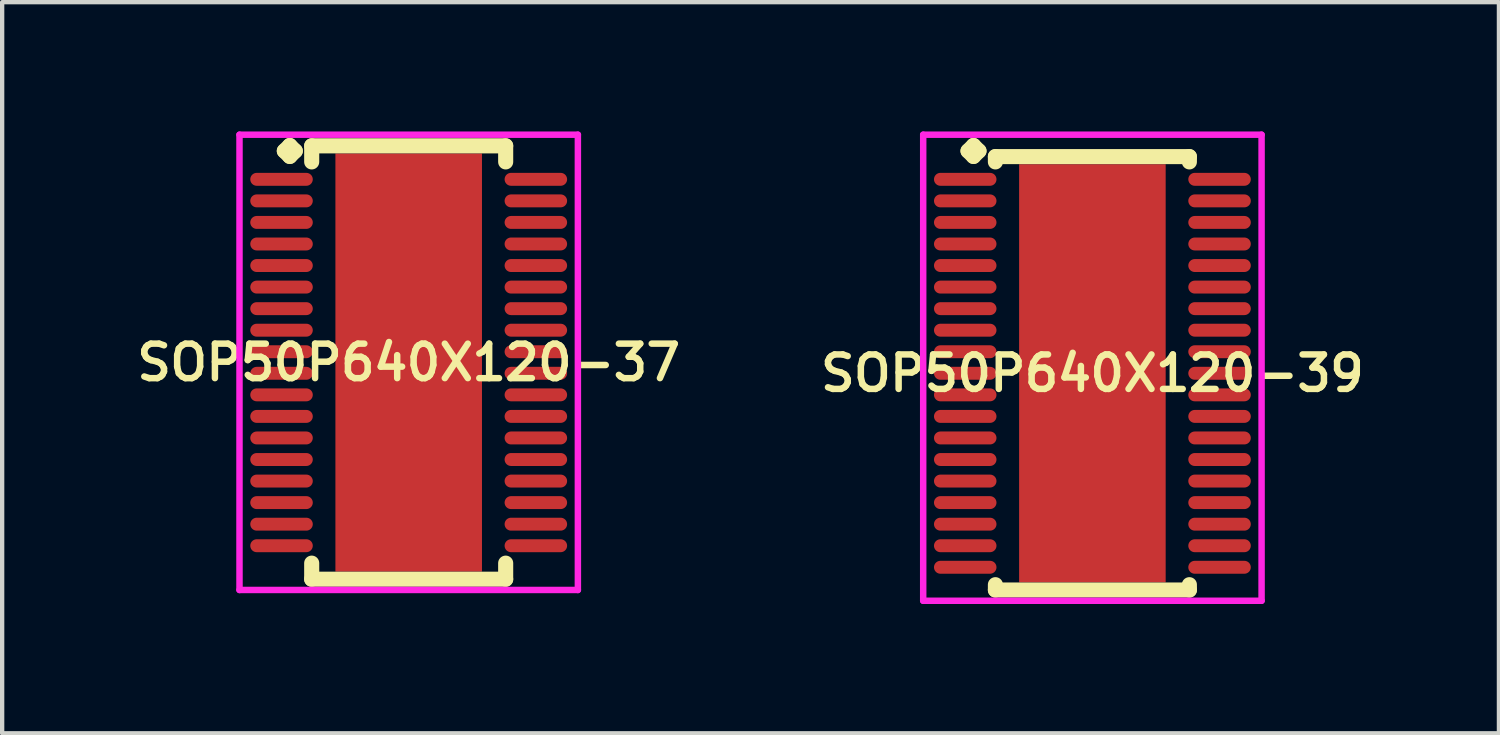
<source format=kicad_pcb>
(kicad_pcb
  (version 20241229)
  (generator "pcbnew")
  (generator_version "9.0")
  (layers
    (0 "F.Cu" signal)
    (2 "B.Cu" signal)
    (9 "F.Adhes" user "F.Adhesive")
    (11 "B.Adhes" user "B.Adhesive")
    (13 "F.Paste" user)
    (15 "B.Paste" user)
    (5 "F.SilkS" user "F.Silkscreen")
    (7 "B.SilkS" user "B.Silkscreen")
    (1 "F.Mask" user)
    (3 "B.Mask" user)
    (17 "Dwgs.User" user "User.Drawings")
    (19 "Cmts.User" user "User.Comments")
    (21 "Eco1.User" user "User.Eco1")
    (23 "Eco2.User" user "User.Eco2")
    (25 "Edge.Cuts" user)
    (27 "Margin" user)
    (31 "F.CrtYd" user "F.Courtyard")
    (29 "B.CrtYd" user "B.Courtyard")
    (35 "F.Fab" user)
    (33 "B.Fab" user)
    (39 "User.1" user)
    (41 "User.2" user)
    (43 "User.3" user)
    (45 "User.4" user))
  (footprint "SOP50P640X120-39"
    (layer "F.Cu")
    (at 22.292 5.61)
    (property "Reference" "SOP50P640X120-39" (at 0 0 0) (layer "F.SilkS") (effects (font (size 0.8 0.8) (thickness 0.15))))
    (attr smd)
    (fp_line (start -2.885 -5.158) (end -2.758 -5.285) (stroke (width 0.35) (type solid)) (layer "F.SilkS"))
    (fp_line (start -2.758 -5.285) (end -2.631 -5.158) (stroke (width 0.35) (type solid)) (layer "F.SilkS"))
    (fp_line (start -2.758 -5.031) (end -2.885 -5.158) (stroke (width 0.35) (type solid)) (layer "F.SilkS"))
    (fp_line (start -2.631 -5.158) (end -2.758 -5.031) (stroke (width 0.35) (type solid)) (layer "F.SilkS"))
    (fp_line (start -2.25 -5.027) (end 2.25 -5.027) (stroke (width 0.35) (type solid)) (layer "F.SilkS"))
    (fp_line (start -2.25 -4.904) (end -2.25 -5.027) (stroke (width 0.35) (type solid)) (layer "F.SilkS"))
    (fp_line (start -2.25 4.904) (end -2.25 5.027) (stroke (width 0.35) (type solid)) (layer "F.SilkS"))
    (fp_line (start -2.25 5.027) (end 2.25 5.027) (stroke (width 0.35) (type solid)) (layer "F.SilkS"))
    (fp_line (start 2.25 -5.027) (end 2.25 -4.904) (stroke (width 0.35) (type solid)) (layer "F.SilkS"))
    (fp_line (start 2.25 5.027) (end 2.25 4.904) (stroke (width 0.35) (type solid)) (layer "F.SilkS"))
    (fp_line (start -3.925 -5.535) (end 3.925 -5.535) (stroke (width 0.15) (type solid)) (layer "F.CrtYd"))
    (fp_line (start -3.925 5.277) (end -3.925 -5.535) (stroke (width 0.15) (type solid)) (layer "F.CrtYd"))
    (fp_line (start 3.925 -5.535) (end 3.925 5.277) (stroke (width 0.15) (type solid)) (layer "F.CrtYd"))
    (fp_line (start 3.925 5.277) (end -3.925 5.277) (stroke (width 0.15) (type solid)) (layer "F.CrtYd"))
    (pad "1" smd oval (at -2.95 -4.5) (size 1.45 0.3) (layers "F.Cu" "F.Mask" "F.Paste"))
    (pad "2" smd oval (at -2.95 -4) (size 1.45 0.3) (layers "F.Cu" "F.Mask" "F.Paste"))
    (pad "3" smd oval (at -2.95 -3.5) (size 1.45 0.3) (layers "F.Cu" "F.Mask" "F.Paste"))
    (pad "4" smd oval (at -2.95 -3) (size 1.45 0.3) (layers "F.Cu" "F.Mask" "F.Paste"))
    (pad "5" smd oval (at -2.95 -2.5) (size 1.45 0.3) (layers "F.Cu" "F.Mask" "F.Paste"))
    (pad "6" smd oval (at -2.95 -2) (size 1.45 0.3) (layers "F.Cu" "F.Mask" "F.Paste"))
    (pad "7" smd oval (at -2.95 -1.5) (size 1.45 0.3) (layers "F.Cu" "F.Mask" "F.Paste"))
    (pad "8" smd oval (at -2.95 -1) (size 1.45 0.3) (layers "F.Cu" "F.Mask" "F.Paste"))
    (pad "9" smd oval (at -2.95 -0.5) (size 1.45 0.3) (layers "F.Cu" "F.Mask" "F.Paste"))
    (pad "10" smd oval (at -2.95 0) (size 1.45 0.3) (layers "F.Cu" "F.Mask" "F.Paste"))
    (pad "11" smd oval (at -2.95 0.5) (size 1.45 0.3) (layers "F.Cu" "F.Mask" "F.Paste"))
    (pad "12" smd oval (at -2.95 1) (size 1.45 0.3) (layers "F.Cu" "F.Mask" "F.Paste"))
    (pad "13" smd oval (at -2.95 1.5) (size 1.45 0.3) (layers "F.Cu" "F.Mask" "F.Paste"))
    (pad "14" smd oval (at -2.95 2) (size 1.45 0.3) (layers "F.Cu" "F.Mask" "F.Paste"))
    (pad "15" smd oval (at -2.95 2.5) (size 1.45 0.3) (layers "F.Cu" "F.Mask" "F.Paste"))
    (pad "16" smd oval (at -2.95 3) (size 1.45 0.3) (layers "F.Cu" "F.Mask" "F.Paste"))
    (pad "17" smd oval (at -2.95 3.5) (size 1.45 0.3) (layers "F.Cu" "F.Mask" "F.Paste"))
    (pad "18" smd oval (at -2.95 4) (size 1.45 0.3) (layers "F.Cu" "F.Mask" "F.Paste"))
    (pad "19" smd oval (at -2.95 4.5) (size 1.45 0.3) (layers "F.Cu" "F.Mask" "F.Paste"))
    (pad "20" smd oval (at 2.95 4.5) (size 1.45 0.3) (layers "F.Cu" "F.Mask" "F.Paste"))
    (pad "21" smd oval (at 2.95 4) (size 1.45 0.3) (layers "F.Cu" "F.Mask" "F.Paste"))
    (pad "22" smd oval (at 2.95 3.5) (size 1.45 0.3) (layers "F.Cu" "F.Mask" "F.Paste"))
    (pad "23" smd oval (at 2.95 3) (size 1.45 0.3) (layers "F.Cu" "F.Mask" "F.Paste"))
    (pad "24" smd oval (at 2.95 2.5) (size 1.45 0.3) (layers "F.Cu" "F.Mask" "F.Paste"))
    (pad "25" smd oval (at 2.95 2) (size 1.45 0.3) (layers "F.Cu" "F.Mask" "F.Paste"))
    (pad "26" smd oval (at 2.95 1.5) (size 1.45 0.3) (layers "F.Cu" "F.Mask" "F.Paste"))
    (pad "27" smd oval (at 2.95 1) (size 1.45 0.3) (layers "F.Cu" "F.Mask" "F.Paste"))
    (pad "28" smd oval (at 2.95 0.5) (size 1.45 0.3) (layers "F.Cu" "F.Mask" "F.Paste"))
    (pad "29" smd oval (at 2.95 0) (size 1.45 0.3) (layers "F.Cu" "F.Mask" "F.Paste"))
    (pad "30" smd oval (at 2.95 -0.5) (size 1.45 0.3) (layers "F.Cu" "F.Mask" "F.Paste"))
    (pad "31" smd oval (at 2.95 -1) (size 1.45 0.3) (layers "F.Cu" "F.Mask" "F.Paste"))
    (pad "32" smd oval (at 2.95 -1.5) (size 1.45 0.3) (layers "F.Cu" "F.Mask" "F.Paste"))
    (pad "33" smd oval (at 2.95 -2) (size 1.45 0.3) (layers "F.Cu" "F.Mask" "F.Paste"))
    (pad "34" smd oval (at 2.95 -2.5) (size 1.45 0.3) (layers "F.Cu" "F.Mask" "F.Paste"))
    (pad "35" smd oval (at 2.95 -3) (size 1.45 0.3) (layers "F.Cu" "F.Mask" "F.Paste"))
    (pad "36" smd oval (at 2.95 -3.5) (size 1.45 0.3) (layers "F.Cu" "F.Mask" "F.Paste"))
    (pad "37" smd oval (at 2.95 -4) (size 1.45 0.3) (layers "F.Cu" "F.Mask" "F.Paste"))
    (pad "38" smd oval (at 2.95 -4.5) (size 1.45 0.3) (layers "F.Cu" "F.Mask" "F.Paste"))
    (pad "39" smd rect (at 0 0) (size 3.4 9.7) (layers "F.Cu" "F.Mask" "F.Paste")))
  (footprint "SOP50P640X120-37"
    (layer "F.Cu")
    (at 6.431 5.36)
    (property "Reference" "SOP50P640X120-37" (at 0 0 0) (layer "F.SilkS") (effects (font (size 0.8 0.8) (thickness 0.15))))
    (attr smd)
    (fp_line (start -2.885 -4.908) (end -2.758 -5.035) (stroke (width 0.35) (type solid)) (layer "F.SilkS"))
    (fp_line (start -2.758 -5.035) (end -2.631 -4.908) (stroke (width 0.35) (type solid)) (layer "F.SilkS"))
    (fp_line (start -2.758 -4.781) (end -2.885 -4.908) (stroke (width 0.35) (type solid)) (layer "F.SilkS"))
    (fp_line (start -2.631 -4.908) (end -2.758 -4.781) (stroke (width 0.35) (type solid)) (layer "F.SilkS"))
    (fp_line (start -2.25 -5.027) (end 2.25 -5.027) (stroke (width 0.35) (type solid)) (layer "F.SilkS"))
    (fp_line (start -2.25 -4.654) (end -2.25 -5.027) (stroke (width 0.35) (type solid)) (layer "F.SilkS"))
    (fp_line (start -2.25 4.654) (end -2.25 5.027) (stroke (width 0.35) (type solid)) (layer "F.SilkS"))
    (fp_line (start -2.25 5.027) (end 2.25 5.027) (stroke (width 0.35) (type solid)) (layer "F.SilkS"))
    (fp_line (start 2.25 -5.027) (end 2.25 -4.654) (stroke (width 0.35) (type solid)) (layer "F.SilkS"))
    (fp_line (start 2.25 5.027) (end 2.25 4.654) (stroke (width 0.35) (type solid)) (layer "F.SilkS"))
    (fp_line (start -3.925 -5.285) (end 3.925 -5.285) (stroke (width 0.15) (type solid)) (layer "F.CrtYd"))
    (fp_line (start -3.925 5.277) (end -3.925 -5.285) (stroke (width 0.15) (type solid)) (layer "F.CrtYd"))
    (fp_line (start 3.925 -5.285) (end 3.925 5.277) (stroke (width 0.15) (type solid)) (layer "F.CrtYd"))
    (fp_line (start 3.925 5.277) (end -3.925 5.277) (stroke (width 0.15) (type solid)) (layer "F.CrtYd"))
    (pad "1" smd oval (at -2.95 -4.25) (size 1.45 0.3) (layers "F.Cu" "F.Mask" "F.Paste"))
    (pad "2" smd oval (at -2.95 -3.75) (size 1.45 0.3) (layers "F.Cu" "F.Mask" "F.Paste"))
    (pad "3" smd oval (at -2.95 -3.25) (size 1.45 0.3) (layers "F.Cu" "F.Mask" "F.Paste"))
    (pad "4" smd oval (at -2.95 -2.75) (size 1.45 0.3) (layers "F.Cu" "F.Mask" "F.Paste"))
    (pad "5" smd oval (at -2.95 -2.25) (size 1.45 0.3) (layers "F.Cu" "F.Mask" "F.Paste"))
    (pad "6" smd oval (at -2.95 -1.75) (size 1.45 0.3) (layers "F.Cu" "F.Mask" "F.Paste"))
    (pad "7" smd oval (at -2.95 -1.25) (size 1.45 0.3) (layers "F.Cu" "F.Mask" "F.Paste"))
    (pad "8" smd oval (at -2.95 -0.75) (size 1.45 0.3) (layers "F.Cu" "F.Mask" "F.Paste"))
    (pad "9" smd oval (at -2.95 -0.25) (size 1.45 0.3) (layers "F.Cu" "F.Mask" "F.Paste"))
    (pad "10" smd oval (at -2.95 0.25) (size 1.45 0.3) (layers "F.Cu" "F.Mask" "F.Paste"))
    (pad "11" smd oval (at -2.95 0.75) (size 1.45 0.3) (layers "F.Cu" "F.Mask" "F.Paste"))
    (pad "12" smd oval (at -2.95 1.25) (size 1.45 0.3) (layers "F.Cu" "F.Mask" "F.Paste"))
    (pad "13" smd oval (at -2.95 1.75) (size 1.45 0.3) (layers "F.Cu" "F.Mask" "F.Paste"))
    (pad "14" smd oval (at -2.95 2.25) (size 1.45 0.3) (layers "F.Cu" "F.Mask" "F.Paste"))
    (pad "15" smd oval (at -2.95 2.75) (size 1.45 0.3) (layers "F.Cu" "F.Mask" "F.Paste"))
    (pad "16" smd oval (at -2.95 3.25) (size 1.45 0.3) (layers "F.Cu" "F.Mask" "F.Paste"))
    (pad "17" smd oval (at -2.95 3.75) (size 1.45 0.3) (layers "F.Cu" "F.Mask" "F.Paste"))
    (pad "18" smd oval (at -2.95 4.25) (size 1.45 0.3) (layers "F.Cu" "F.Mask" "F.Paste"))
    (pad "19" smd oval (at 2.95 4.25) (size 1.45 0.3) (layers "F.Cu" "F.Mask" "F.Paste"))
    (pad "20" smd oval (at 2.95 3.75) (size 1.45 0.3) (layers "F.Cu" "F.Mask" "F.Paste"))
    (pad "21" smd oval (at 2.95 3.25) (size 1.45 0.3) (layers "F.Cu" "F.Mask" "F.Paste"))
    (pad "22" smd oval (at 2.95 2.75) (size 1.45 0.3) (layers "F.Cu" "F.Mask" "F.Paste"))
    (pad "23" smd oval (at 2.95 2.25) (size 1.45 0.3) (layers "F.Cu" "F.Mask" "F.Paste"))
    (pad "24" smd oval (at 2.95 1.75) (size 1.45 0.3) (layers "F.Cu" "F.Mask" "F.Paste"))
    (pad "25" smd oval (at 2.95 1.25) (size 1.45 0.3) (layers "F.Cu" "F.Mask" "F.Paste"))
    (pad "26" smd oval (at 2.95 0.75) (size 1.45 0.3) (layers "F.Cu" "F.Mask" "F.Paste"))
    (pad "27" smd oval (at 2.95 0.25) (size 1.45 0.3) (layers "F.Cu" "F.Mask" "F.Paste"))
    (pad "28" smd oval (at 2.95 -0.25) (size 1.45 0.3) (layers "F.Cu" "F.Mask" "F.Paste"))
    (pad "29" smd oval (at 2.95 -0.75) (size 1.45 0.3) (layers "F.Cu" "F.Mask" "F.Paste"))
    (pad "30" smd oval (at 2.95 -1.25) (size 1.45 0.3) (layers "F.Cu" "F.Mask" "F.Paste"))
    (pad "31" smd oval (at 2.95 -1.75) (size 1.45 0.3) (layers "F.Cu" "F.Mask" "F.Paste"))
    (pad "32" smd oval (at 2.95 -2.25) (size 1.45 0.3) (layers "F.Cu" "F.Mask" "F.Paste"))
    (pad "33" smd oval (at 2.95 -2.75) (size 1.45 0.3) (layers "F.Cu" "F.Mask" "F.Paste"))
    (pad "34" smd oval (at 2.95 -3.25) (size 1.45 0.3) (layers "F.Cu" "F.Mask" "F.Paste"))
    (pad "35" smd oval (at 2.95 -3.75) (size 1.45 0.3) (layers "F.Cu" "F.Mask" "F.Paste"))
    (pad "36" smd oval (at 2.95 -4.25) (size 1.45 0.3) (layers "F.Cu" "F.Mask" "F.Paste"))
    (pad "37" smd rect (at 0 0) (size 3.4 9.7) (layers "F.Cu" "F.Mask" "F.Paste")))
  (gr_rect
    (start -3 -3)
    (end 31.723 13.962)
    (stroke (width 0.1) (type default))
    (fill no)
    (layer "Edge.Cuts")))
</source>
